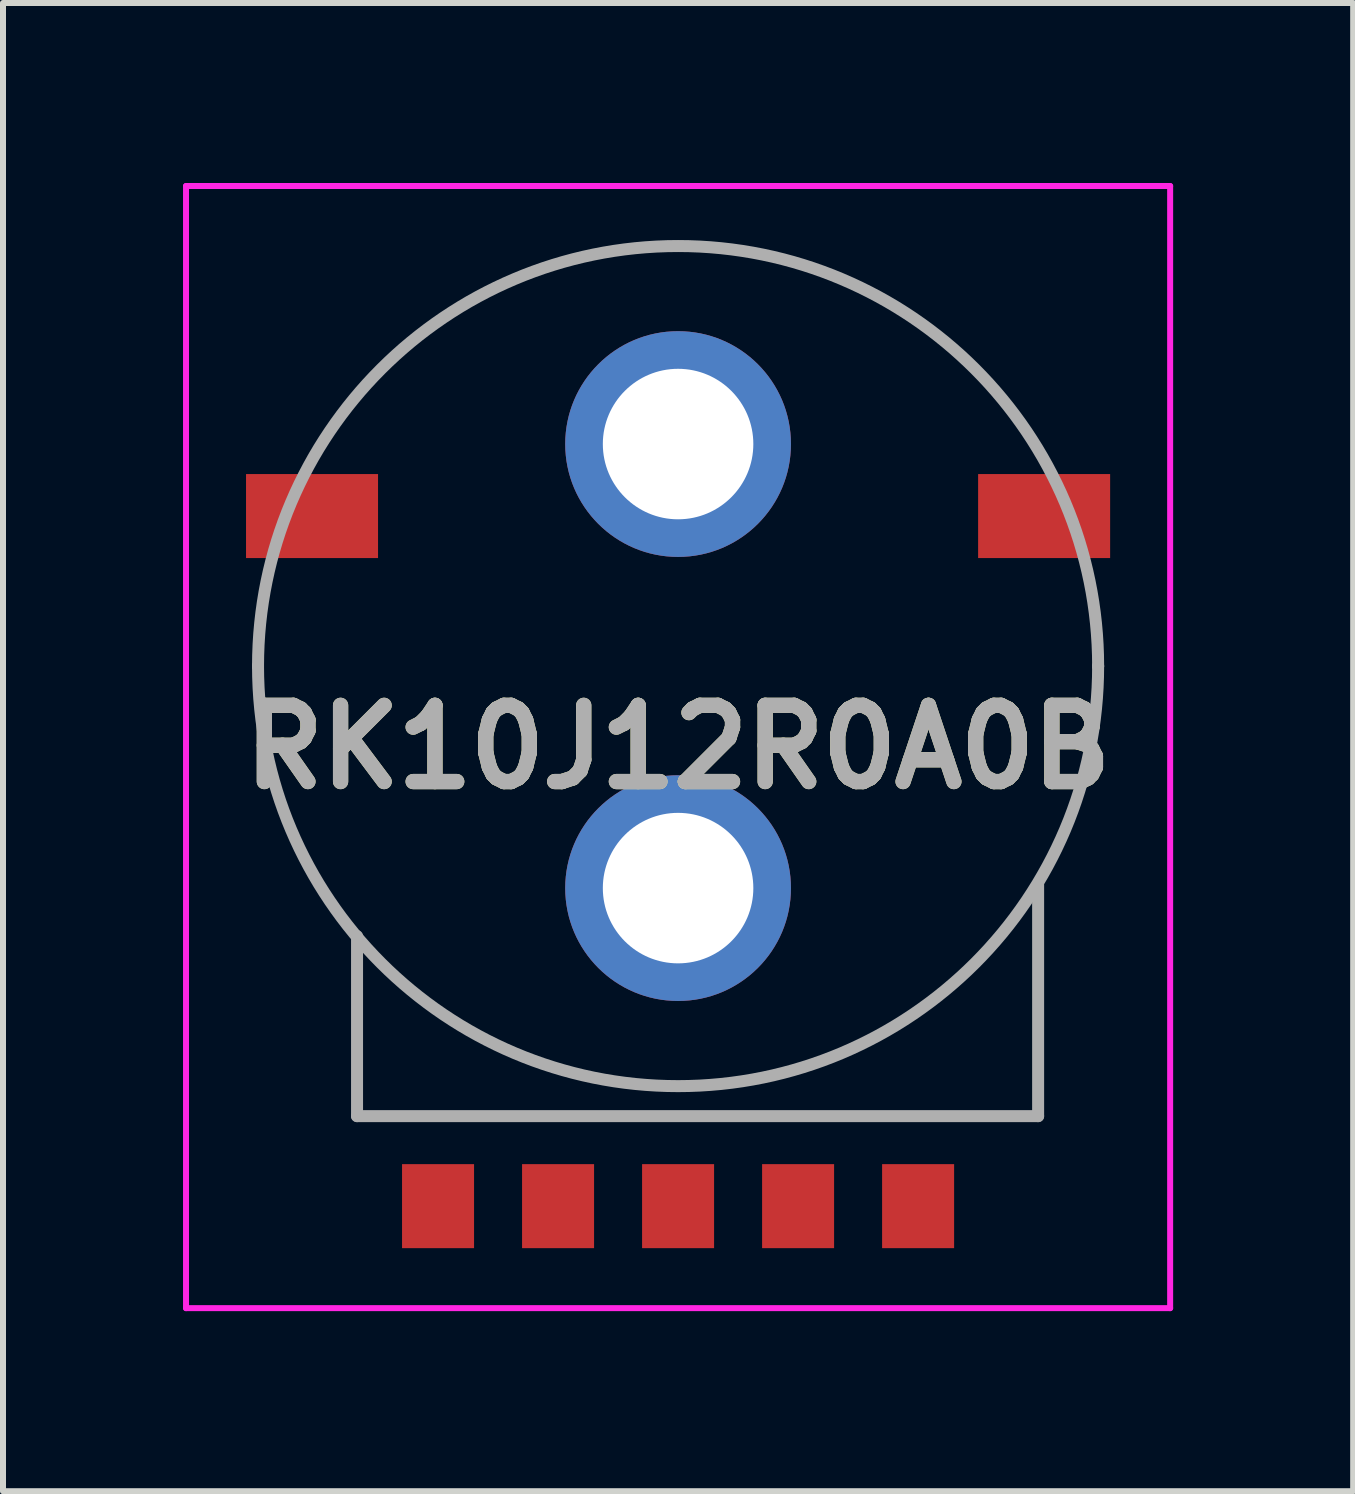
<source format=kicad_pcb>
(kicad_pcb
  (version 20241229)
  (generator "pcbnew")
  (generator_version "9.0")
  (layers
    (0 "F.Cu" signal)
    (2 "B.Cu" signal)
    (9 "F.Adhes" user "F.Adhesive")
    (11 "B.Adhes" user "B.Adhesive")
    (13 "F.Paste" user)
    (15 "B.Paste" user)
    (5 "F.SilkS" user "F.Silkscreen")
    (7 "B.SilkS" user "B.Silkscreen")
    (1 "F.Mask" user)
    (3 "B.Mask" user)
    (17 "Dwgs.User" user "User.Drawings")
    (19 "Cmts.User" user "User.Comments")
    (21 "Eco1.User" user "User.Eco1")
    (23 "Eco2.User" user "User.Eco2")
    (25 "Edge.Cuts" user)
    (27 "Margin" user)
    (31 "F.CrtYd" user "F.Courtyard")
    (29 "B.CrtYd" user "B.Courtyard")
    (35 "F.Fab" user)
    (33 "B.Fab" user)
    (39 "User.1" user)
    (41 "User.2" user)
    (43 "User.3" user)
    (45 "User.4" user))
  (footprint "RK10J12R0A0B"
    (layer "F.Cu")
    (at 8.25 8.05)
    (property "Reference" "RK10J12R0A0B" (at 0 1.35 0) (layer "F.SilkS") (effects (font (size 1.27 1.27) (thickness 0.254))))
    (attr through_hole)
    (fp_line (start -5.35 4.5) (end -5.35 7.5) (stroke (width 0.1) (type solid)) (layer "F.SilkS"))
    (fp_line (start -5.35 7.5) (end 6 7.5) (stroke (width 0.1) (type solid)) (layer "F.SilkS"))
    (fp_line (start 6 7.5) (end 6 3.7) (stroke (width 0.1) (type solid)) (layer "F.SilkS"))
    (fp_line (start -8.2 -8) (end 8.2 -8) (stroke (width 0.1) (type solid)) (layer "F.CrtYd"))
    (fp_line (start -8.2 10.7) (end -8.2 -8) (stroke (width 0.1) (type solid)) (layer "F.CrtYd"))
    (fp_line (start 8.2 -8) (end 8.2 10.7) (stroke (width 0.1) (type solid)) (layer "F.CrtYd"))
    (fp_line (start 8.2 10.7) (end -8.2 10.7) (stroke (width 0.1) (type solid)) (layer "F.CrtYd"))
    (fp_line (start -7 0) (end -7 0) (stroke (width 0.2) (type solid)) (layer "F.Fab"))
    (fp_line (start -5.35 4.5) (end -5.35 7.5) (stroke (width 0.2) (type solid)) (layer "F.Fab"))
    (fp_line (start -5.35 7.5) (end 6 7.5) (stroke (width 0.2) (type solid)) (layer "F.Fab"))
    (fp_line (start 6 7.5) (end 6 3.65) (stroke (width 0.2) (type solid)) (layer "F.Fab"))
    (fp_line (start 7 0) (end 7 0) (stroke (width 0.2) (type solid)) (layer "F.Fab"))
    (fp_arc (start -7 0) (mid 0 -7) (end 7 0) (stroke (width 0.2) (type solid)) (layer "F.Fab"))
    (fp_arc (start 7 0) (mid 0 7) (end -7 0) (stroke (width 0.2) (type solid)) (layer "F.Fab"))
    (fp_text user "${REFERENCE}" (at 0 1.35 0) (layer "F.Fab") (effects (font (size 1.27 1.27) (thickness 0.254))))
    (pad "1" smd rect (at -4 9) (size 1.2 1.4) (layers "F.Cu" "F.Mask" "F.Paste"))
    (pad "2" smd rect (at 0 9) (size 1.2 1.4) (layers "F.Cu" "F.Mask" "F.Paste"))
    (pad "3" smd rect (at 2 9) (size 1.2 1.4) (layers "F.Cu" "F.Mask" "F.Paste"))
    (pad "4" smd rect (at -2 9) (size 1.2 1.4) (layers "F.Cu" "F.Mask" "F.Paste"))
    (pad "5" smd rect (at 4 9) (size 1.2 1.4) (layers "F.Cu" "F.Mask" "F.Paste"))
    (pad "MH1" thru_hole circle (at 0 3.7) (size 3.762 3.762) (drill 2.508) (layers "*.Cu" "*.Mask"))
    (pad "MH2" thru_hole circle (at 0 -3.7) (size 3.762 3.762) (drill 2.508) (layers "*.Cu" "*.Mask"))
    (pad "MP1" smd rect (at 6.1 -2.5 90) (size 1.4 2.2) (layers "F.Cu" "F.Mask" "F.Paste"))
    (pad "MP2" smd rect (at -6.1 -2.5 90) (size 1.4 2.2) (layers "F.Cu" "F.Mask" "F.Paste")))
  (gr_rect
    (start -3 -3)
    (end 19.5 21.8)
    (stroke (width 0.1) (type default))
    (fill no)
    (layer "Edge.Cuts")))
</source>
